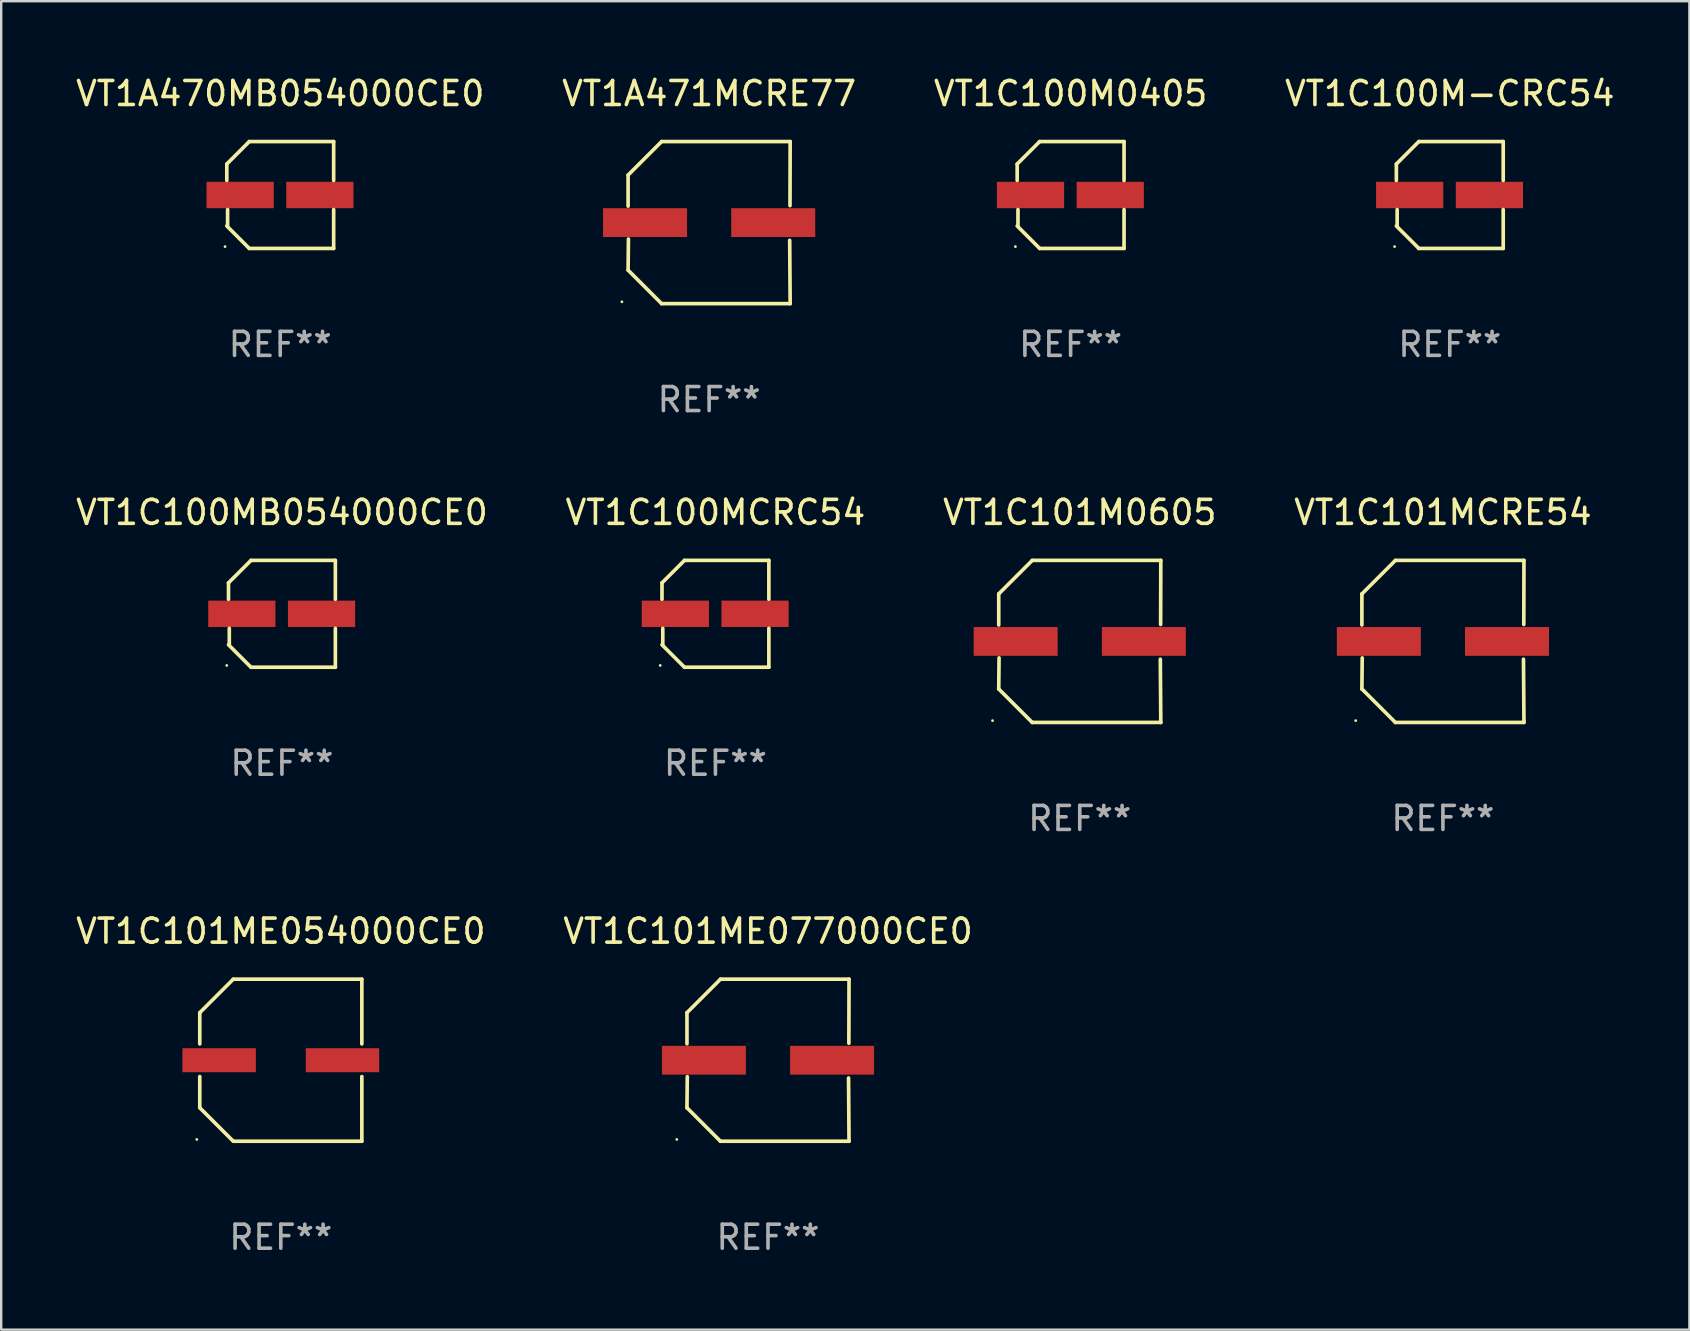
<source format=kicad_pcb>
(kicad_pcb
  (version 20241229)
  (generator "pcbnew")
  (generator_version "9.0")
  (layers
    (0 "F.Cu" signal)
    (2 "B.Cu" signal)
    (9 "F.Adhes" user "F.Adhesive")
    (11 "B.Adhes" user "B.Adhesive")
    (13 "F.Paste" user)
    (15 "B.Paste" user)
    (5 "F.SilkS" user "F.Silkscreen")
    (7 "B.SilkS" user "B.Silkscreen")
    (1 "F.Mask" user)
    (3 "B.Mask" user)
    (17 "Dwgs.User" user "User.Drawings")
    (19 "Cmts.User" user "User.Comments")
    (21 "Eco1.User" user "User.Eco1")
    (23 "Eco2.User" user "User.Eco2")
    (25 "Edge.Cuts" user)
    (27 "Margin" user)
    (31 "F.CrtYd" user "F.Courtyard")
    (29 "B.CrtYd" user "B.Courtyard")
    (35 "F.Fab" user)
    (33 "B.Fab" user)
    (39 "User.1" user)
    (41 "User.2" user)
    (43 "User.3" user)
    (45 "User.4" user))
  (footprint "VT1C100MB054000CE0"
    (layer "F.Cu")
    (at 8.696 22.523)
    (property "Reference" "VT1C100MB054000CE0" (at 0 -4.226 0) (layer "F.SilkS") (effects (font (size 1 1) (thickness 0.15))))
    (attr through_hole)
    (fp_line (start -2.226 -1.29) (end -2.226 -0.607) (stroke (width 0.152) (type solid)) (layer "F.SilkS"))
    (fp_line (start -2.193 1.29) (end -2.193 0.607) (stroke (width 0.152) (type solid)) (layer "F.SilkS"))
    (fp_line (start -1.29 2.226) (end -2.226 1.29) (stroke (width 0.152) (type solid)) (layer "F.SilkS"))
    (fp_line (start -1.29 -2.226) (end -2.226 -1.29) (stroke (width 0.152) (type solid)) (layer "F.SilkS"))
    (fp_line (start 2.226 -2.226) (end -1.29 -2.226) (stroke (width 0.152) (type solid)) (layer "F.SilkS"))
    (fp_line (start 2.226 -0.607) (end 2.226 -2.226) (stroke (width 0.152) (type solid)) (layer "F.SilkS"))
    (fp_line (start 2.226 0.607) (end 2.226 2.226) (stroke (width 0.152) (type solid)) (layer "F.SilkS"))
    (fp_line (start 2.226 2.226) (end -1.29 2.226) (stroke (width 0.152) (type solid)) (layer "F.SilkS"))
    (fp_circle (center -2.3 2.15) (end -2.27 2.15) (stroke (width 0.06) (type solid)) (fill no) (layer "F.SilkS"))
    (fp_text user "REF**" (at 0 6.226 0) (layer "F.Fab") (effects (font (size 1 1) (thickness 0.15))))
    (pad "1" smd rect (at -1.67 -0.000025) (size 2.8 1.1) (layers "F.Cu" "F.Mask" "F.Paste"))
    (pad "2" smd rect (at 1.651 -0.000025) (size 2.8 1.1) (layers "F.Cu" "F.Mask" "F.Paste")))
  (footprint "VT1C101M0605"
    (layer "F.Cu")
    (at 41.935 23.673)
    (property "Reference" "VT1C101M0605" (at 0 -5.376 0) (layer "F.SilkS") (effects (font (size 1 1) (thickness 0.15))))
    (attr through_hole)
    (fp_line (start -3.376 -1.98) (end -3.376 -0.686) (stroke (width 0.152) (type solid)) (layer "F.SilkS"))
    (fp_line (start -3.376 1.981) (end -3.362 0.686) (stroke (width 0.152) (type solid)) (layer "F.SilkS"))
    (fp_line (start -1.981 3.376) (end -3.376 1.981) (stroke (width 0.152) (type solid)) (layer "F.SilkS"))
    (fp_line (start -1.98 -3.376) (end -3.376 -1.98) (stroke (width 0.152) (type solid)) (layer "F.SilkS"))
    (fp_line (start 3.356 0.74) (end 3.376 3.376) (stroke (width 0.152) (type solid)) (layer "F.SilkS"))
    (fp_line (start 3.369 -0.707) (end 3.376 -3.376) (stroke (width 0.152) (type solid)) (layer "F.SilkS"))
    (fp_line (start 3.376 3.376) (end -1.981 3.376) (stroke (width 0.152) (type solid)) (layer "F.SilkS"))
    (fp_line (start 3.376 -3.376) (end -1.98 -3.376) (stroke (width 0.152) (type solid)) (layer "F.SilkS"))
    (fp_circle (center -3.634 3.3) (end -3.604 3.3) (stroke (width 0.06) (type solid)) (fill no) (layer "F.SilkS"))
    (fp_text user "REF**" (at 0 7.376 0) (layer "F.Fab") (effects (font (size 1 1) (thickness 0.15))))
    (pad "1" smd rect (at -2.67 0.000254) (size 3.5 1.2) (layers "F.Cu" "F.Mask" "F.Paste"))
    (pad "2" smd rect (at 2.67 0.000254) (size 3.5 1.2) (layers "F.Cu" "F.Mask" "F.Paste")))
  (footprint "VT1C100M0405"
    (layer "F.Cu")
    (at 41.554 5.074)
    (property "Reference" "VT1C100M0405" (at 0 -4.226 0) (layer "F.SilkS") (effects (font (size 1 1) (thickness 0.15))))
    (attr through_hole)
    (fp_line (start -2.226 -1.29) (end -2.226 -0.607) (stroke (width 0.152) (type solid)) (layer "F.SilkS"))
    (fp_line (start -2.193 1.29) (end -2.193 0.607) (stroke (width 0.152) (type solid)) (layer "F.SilkS"))
    (fp_line (start -1.29 2.226) (end -2.226 1.29) (stroke (width 0.152) (type solid)) (layer "F.SilkS"))
    (fp_line (start -1.29 -2.226) (end -2.226 -1.29) (stroke (width 0.152) (type solid)) (layer "F.SilkS"))
    (fp_line (start 2.226 -2.226) (end -1.29 -2.226) (stroke (width 0.152) (type solid)) (layer "F.SilkS"))
    (fp_line (start 2.226 -0.607) (end 2.226 -2.226) (stroke (width 0.152) (type solid)) (layer "F.SilkS"))
    (fp_line (start 2.226 0.607) (end 2.226 2.226) (stroke (width 0.152) (type solid)) (layer "F.SilkS"))
    (fp_line (start 2.226 2.226) (end -1.29 2.226) (stroke (width 0.152) (type solid)) (layer "F.SilkS"))
    (fp_circle (center -2.3 2.15) (end -2.27 2.15) (stroke (width 0.06) (type solid)) (fill no) (layer "F.SilkS"))
    (fp_text user "REF**" (at 0 6.226 0) (layer "F.Fab") (effects (font (size 1 1) (thickness 0.15))))
    (pad "1" smd rect (at -1.67 -0.000025) (size 2.8 1.1) (layers "F.Cu" "F.Mask" "F.Paste"))
    (pad "2" smd rect (at 1.651 -0.000025) (size 2.8 1.1) (layers "F.Cu" "F.Mask" "F.Paste")))
  (footprint "VT1A471MCRE77"
    (layer "F.Cu")
    (at 26.494 6.224)
    (property "Reference" "VT1A471MCRE77" (at 0 -5.376 0) (layer "F.SilkS") (effects (font (size 1 1) (thickness 0.15))))
    (attr through_hole)
    (fp_line (start -3.376 -1.98) (end -3.376 -0.686) (stroke (width 0.152) (type solid)) (layer "F.SilkS"))
    (fp_line (start -3.376 1.981) (end -3.362 0.686) (stroke (width 0.152) (type solid)) (layer "F.SilkS"))
    (fp_line (start -1.981 3.376) (end -3.376 1.981) (stroke (width 0.152) (type solid)) (layer "F.SilkS"))
    (fp_line (start -1.98 -3.376) (end -3.376 -1.98) (stroke (width 0.152) (type solid)) (layer "F.SilkS"))
    (fp_line (start 3.356 0.74) (end 3.376 3.376) (stroke (width 0.152) (type solid)) (layer "F.SilkS"))
    (fp_line (start 3.369 -0.707) (end 3.376 -3.376) (stroke (width 0.152) (type solid)) (layer "F.SilkS"))
    (fp_line (start 3.376 3.376) (end -1.981 3.376) (stroke (width 0.152) (type solid)) (layer "F.SilkS"))
    (fp_line (start 3.376 -3.376) (end -1.98 -3.376) (stroke (width 0.152) (type solid)) (layer "F.SilkS"))
    (fp_circle (center -3.634 3.3) (end -3.604 3.3) (stroke (width 0.06) (type solid)) (fill no) (layer "F.SilkS"))
    (fp_text user "REF**" (at 0 7.376 0) (layer "F.Fab") (effects (font (size 1 1) (thickness 0.15))))
    (pad "1" smd rect (at -2.67 0.000254) (size 3.5 1.2) (layers "F.Cu" "F.Mask" "F.Paste"))
    (pad "2" smd rect (at 2.67 0.000254) (size 3.5 1.2) (layers "F.Cu" "F.Mask" "F.Paste")))
  (footprint "VT1C101ME077000CE0"
    (layer "F.Cu")
    (at 28.946 41.121)
    (property "Reference" "VT1C101ME077000CE0" (at 0 -5.376 0) (layer "F.SilkS") (effects (font (size 1 1) (thickness 0.15))))
    (attr through_hole)
    (fp_line (start -3.376 -1.98) (end -3.376 -0.686) (stroke (width 0.152) (type solid)) (layer "F.SilkS"))
    (fp_line (start -3.376 1.981) (end -3.362 0.686) (stroke (width 0.152) (type solid)) (layer "F.SilkS"))
    (fp_line (start -1.981 3.376) (end -3.376 1.981) (stroke (width 0.152) (type solid)) (layer "F.SilkS"))
    (fp_line (start -1.98 -3.376) (end -3.376 -1.98) (stroke (width 0.152) (type solid)) (layer "F.SilkS"))
    (fp_line (start 3.356 0.74) (end 3.376 3.376) (stroke (width 0.152) (type solid)) (layer "F.SilkS"))
    (fp_line (start 3.369 -0.707) (end 3.376 -3.376) (stroke (width 0.152) (type solid)) (layer "F.SilkS"))
    (fp_line (start 3.376 3.376) (end -1.981 3.376) (stroke (width 0.152) (type solid)) (layer "F.SilkS"))
    (fp_line (start 3.376 -3.376) (end -1.98 -3.376) (stroke (width 0.152) (type solid)) (layer "F.SilkS"))
    (fp_circle (center -3.8 3.3) (end -3.77 3.3) (stroke (width 0.06) (type solid)) (fill no) (layer "F.SilkS"))
    (fp_text user "REF**" (at 0 7.376 0) (layer "F.Fab") (effects (font (size 1 1) (thickness 0.15))))
    (pad "1" smd rect (at -2.67 0.000203) (size 3.5 1.2) (layers "F.Cu" "F.Mask" "F.Paste"))
    (pad "2" smd rect (at 2.67 0.000203) (size 3.5 1.2) (layers "F.Cu" "F.Mask" "F.Paste")))
  (footprint "VT1C100M-CRC54"
    (layer "F.Cu")
    (at 57.351 5.074)
    (property "Reference" "VT1C100M-CRC54" (at 0 -4.226 0) (layer "F.SilkS") (effects (font (size 1 1) (thickness 0.15))))
    (attr through_hole)
    (fp_line (start -2.226 -1.29) (end -2.226 -0.607) (stroke (width 0.152) (type solid)) (layer "F.SilkS"))
    (fp_line (start -2.193 1.29) (end -2.193 0.607) (stroke (width 0.152) (type solid)) (layer "F.SilkS"))
    (fp_line (start -1.29 2.226) (end -2.226 1.29) (stroke (width 0.152) (type solid)) (layer "F.SilkS"))
    (fp_line (start -1.29 -2.226) (end -2.226 -1.29) (stroke (width 0.152) (type solid)) (layer "F.SilkS"))
    (fp_line (start 2.226 -2.226) (end -1.29 -2.226) (stroke (width 0.152) (type solid)) (layer "F.SilkS"))
    (fp_line (start 2.226 -0.607) (end 2.226 -2.226) (stroke (width 0.152) (type solid)) (layer "F.SilkS"))
    (fp_line (start 2.226 0.607) (end 2.226 2.226) (stroke (width 0.152) (type solid)) (layer "F.SilkS"))
    (fp_line (start 2.226 2.226) (end -1.29 2.226) (stroke (width 0.152) (type solid)) (layer "F.SilkS"))
    (fp_circle (center -2.3 2.15) (end -2.27 2.15) (stroke (width 0.06) (type solid)) (fill no) (layer "F.SilkS"))
    (fp_text user "REF**" (at 0 6.226 0) (layer "F.Fab") (effects (font (size 1 1) (thickness 0.15))))
    (pad "1" smd rect (at -1.67 -0.000025) (size 2.8 1.1) (layers "F.Cu" "F.Mask" "F.Paste"))
    (pad "2" smd rect (at 1.651 -0.000025) (size 2.8 1.1) (layers "F.Cu" "F.Mask" "F.Paste")))
  (footprint "VT1C101MCRE54"
    (layer "F.Cu")
    (at 57.065 23.673)
    (property "Reference" "VT1C101MCRE54" (at 0 -5.376 0) (layer "F.SilkS") (effects (font (size 1 1) (thickness 0.15))))
    (attr through_hole)
    (fp_line (start -3.376 -1.98) (end -3.376 -0.686) (stroke (width 0.152) (type solid)) (layer "F.SilkS"))
    (fp_line (start -3.376 1.981) (end -3.362 0.686) (stroke (width 0.152) (type solid)) (layer "F.SilkS"))
    (fp_line (start -1.981 3.376) (end -3.376 1.981) (stroke (width 0.152) (type solid)) (layer "F.SilkS"))
    (fp_line (start -1.98 -3.376) (end -3.376 -1.98) (stroke (width 0.152) (type solid)) (layer "F.SilkS"))
    (fp_line (start 3.356 0.74) (end 3.376 3.376) (stroke (width 0.152) (type solid)) (layer "F.SilkS"))
    (fp_line (start 3.369 -0.707) (end 3.376 -3.376) (stroke (width 0.152) (type solid)) (layer "F.SilkS"))
    (fp_line (start 3.376 3.376) (end -1.981 3.376) (stroke (width 0.152) (type solid)) (layer "F.SilkS"))
    (fp_line (start 3.376 -3.376) (end -1.98 -3.376) (stroke (width 0.152) (type solid)) (layer "F.SilkS"))
    (fp_circle (center -3.634 3.3) (end -3.604 3.3) (stroke (width 0.06) (type solid)) (fill no) (layer "F.SilkS"))
    (fp_text user "REF**" (at 0 7.376 0) (layer "F.Fab") (effects (font (size 1 1) (thickness 0.15))))
    (pad "1" smd rect (at -2.67 0.000254) (size 3.5 1.2) (layers "F.Cu" "F.Mask" "F.Paste"))
    (pad "2" smd rect (at 2.67 0.000254) (size 3.5 1.2) (layers "F.Cu" "F.Mask" "F.Paste")))
  (footprint "VT1C100MCRC54"
    (layer "F.Cu")
    (at 26.756 22.523)
    (property "Reference" "VT1C100MCRC54" (at 0 -4.226 0) (layer "F.SilkS") (effects (font (size 1 1) (thickness 0.15))))
    (attr through_hole)
    (fp_line (start -2.226 -1.29) (end -2.226 -0.607) (stroke (width 0.152) (type solid)) (layer "F.SilkS"))
    (fp_line (start -2.193 1.29) (end -2.193 0.607) (stroke (width 0.152) (type solid)) (layer "F.SilkS"))
    (fp_line (start -1.29 2.226) (end -2.226 1.29) (stroke (width 0.152) (type solid)) (layer "F.SilkS"))
    (fp_line (start -1.29 -2.226) (end -2.226 -1.29) (stroke (width 0.152) (type solid)) (layer "F.SilkS"))
    (fp_line (start 2.226 -2.226) (end -1.29 -2.226) (stroke (width 0.152) (type solid)) (layer "F.SilkS"))
    (fp_line (start 2.226 -0.607) (end 2.226 -2.226) (stroke (width 0.152) (type solid)) (layer "F.SilkS"))
    (fp_line (start 2.226 0.607) (end 2.226 2.226) (stroke (width 0.152) (type solid)) (layer "F.SilkS"))
    (fp_line (start 2.226 2.226) (end -1.29 2.226) (stroke (width 0.152) (type solid)) (layer "F.SilkS"))
    (fp_circle (center -2.3 2.15) (end -2.27 2.15) (stroke (width 0.06) (type solid)) (fill no) (layer "F.SilkS"))
    (fp_text user "REF**" (at 0 6.226 0) (layer "F.Fab") (effects (font (size 1 1) (thickness 0.15))))
    (pad "1" smd rect (at -1.67 -0.000025) (size 2.8 1.1) (layers "F.Cu" "F.Mask" "F.Paste"))
    (pad "2" smd rect (at 1.651 -0.000025) (size 2.8 1.1) (layers "F.Cu" "F.Mask" "F.Paste")))
  (footprint "VT1A470MB054000CE0"
    (layer "F.Cu")
    (at 8.625 5.074)
    (property "Reference" "VT1A470MB054000CE0" (at 0 -4.226 0) (layer "F.SilkS") (effects (font (size 1 1) (thickness 0.15))))
    (attr through_hole)
    (fp_line (start -2.226 -1.29) (end -2.226 -0.607) (stroke (width 0.152) (type solid)) (layer "F.SilkS"))
    (fp_line (start -2.193 1.29) (end -2.193 0.607) (stroke (width 0.152) (type solid)) (layer "F.SilkS"))
    (fp_line (start -1.29 2.226) (end -2.226 1.29) (stroke (width 0.152) (type solid)) (layer "F.SilkS"))
    (fp_line (start -1.29 -2.226) (end -2.226 -1.29) (stroke (width 0.152) (type solid)) (layer "F.SilkS"))
    (fp_line (start 2.226 -2.226) (end -1.29 -2.226) (stroke (width 0.152) (type solid)) (layer "F.SilkS"))
    (fp_line (start 2.226 -0.607) (end 2.226 -2.226) (stroke (width 0.152) (type solid)) (layer "F.SilkS"))
    (fp_line (start 2.226 0.607) (end 2.226 2.226) (stroke (width 0.152) (type solid)) (layer "F.SilkS"))
    (fp_line (start 2.226 2.226) (end -1.29 2.226) (stroke (width 0.152) (type solid)) (layer "F.SilkS"))
    (fp_circle (center -2.3 2.15) (end -2.27 2.15) (stroke (width 0.06) (type solid)) (fill no) (layer "F.SilkS"))
    (fp_text user "REF**" (at 0 6.226 0) (layer "F.Fab") (effects (font (size 1 1) (thickness 0.15))))
    (pad "1" smd rect (at -1.67 -0.000025) (size 2.8 1.1) (layers "F.Cu" "F.Mask" "F.Paste"))
    (pad "2" smd rect (at 1.651 -0.000025) (size 2.8 1.1) (layers "F.Cu" "F.Mask" "F.Paste")))
  (footprint "VT1C101ME054000CE0"
    (layer "F.Cu")
    (at 8.649 41.121)
    (property "Reference" "VT1C101ME054000CE0" (at 0 -5.376 0) (layer "F.SilkS") (effects (font (size 1 1) (thickness 0.15))))
    (attr through_hole)
    (fp_line (start -3.376 -1.98) (end -3.376 -0.68) (stroke (width 0.152) (type solid)) (layer "F.SilkS"))
    (fp_line (start -3.376 -1.98) (end -1.98 -3.376) (stroke (width 0.152) (type solid)) (layer "F.SilkS"))
    (fp_line (start -3.376 0.68) (end -3.376 1.98) (stroke (width 0.152) (type solid)) (layer "F.SilkS"))
    (fp_line (start -3.376 1.98) (end -1.98 3.376) (stroke (width 0.152) (type solid)) (layer "F.SilkS"))
    (fp_line (start -1.98 -3.376) (end 3.376 -3.376) (stroke (width 0.152) (type solid)) (layer "F.SilkS"))
    (fp_line (start -1.98 3.376) (end 3.376 3.376) (stroke (width 0.152) (type solid)) (layer "F.SilkS"))
    (fp_line (start 3.376 -3.376) (end 3.376 -0.68) (stroke (width 0.152) (type solid)) (layer "F.SilkS"))
    (fp_line (start 3.376 0.68) (end 3.376 3.376) (stroke (width 0.152) (type solid)) (layer "F.SilkS"))
    (fp_circle (center -3.501 3.3) (end -3.471 3.3) (stroke (width 0.06) (type solid)) (fill no) (layer "F.SilkS"))
    (fp_text user "REF**" (at 0 7.376 0) (layer "F.Fab") (effects (font (size 1 1) (thickness 0.15))))
    (pad "1" smd rect (at -2.57 0.000013) (size 3.06 1) (layers "F.Cu" "F.Mask" "F.Paste"))
    (pad "2" smd rect (at 2.57 0.000013) (size 3.06 1) (layers "F.Cu" "F.Mask" "F.Paste")))
  (gr_rect
    (start -3 -3)
    (end 67.333 52.346)
    (stroke (width 0.1) (type default))
    (fill no)
    (layer "Edge.Cuts")))
</source>
